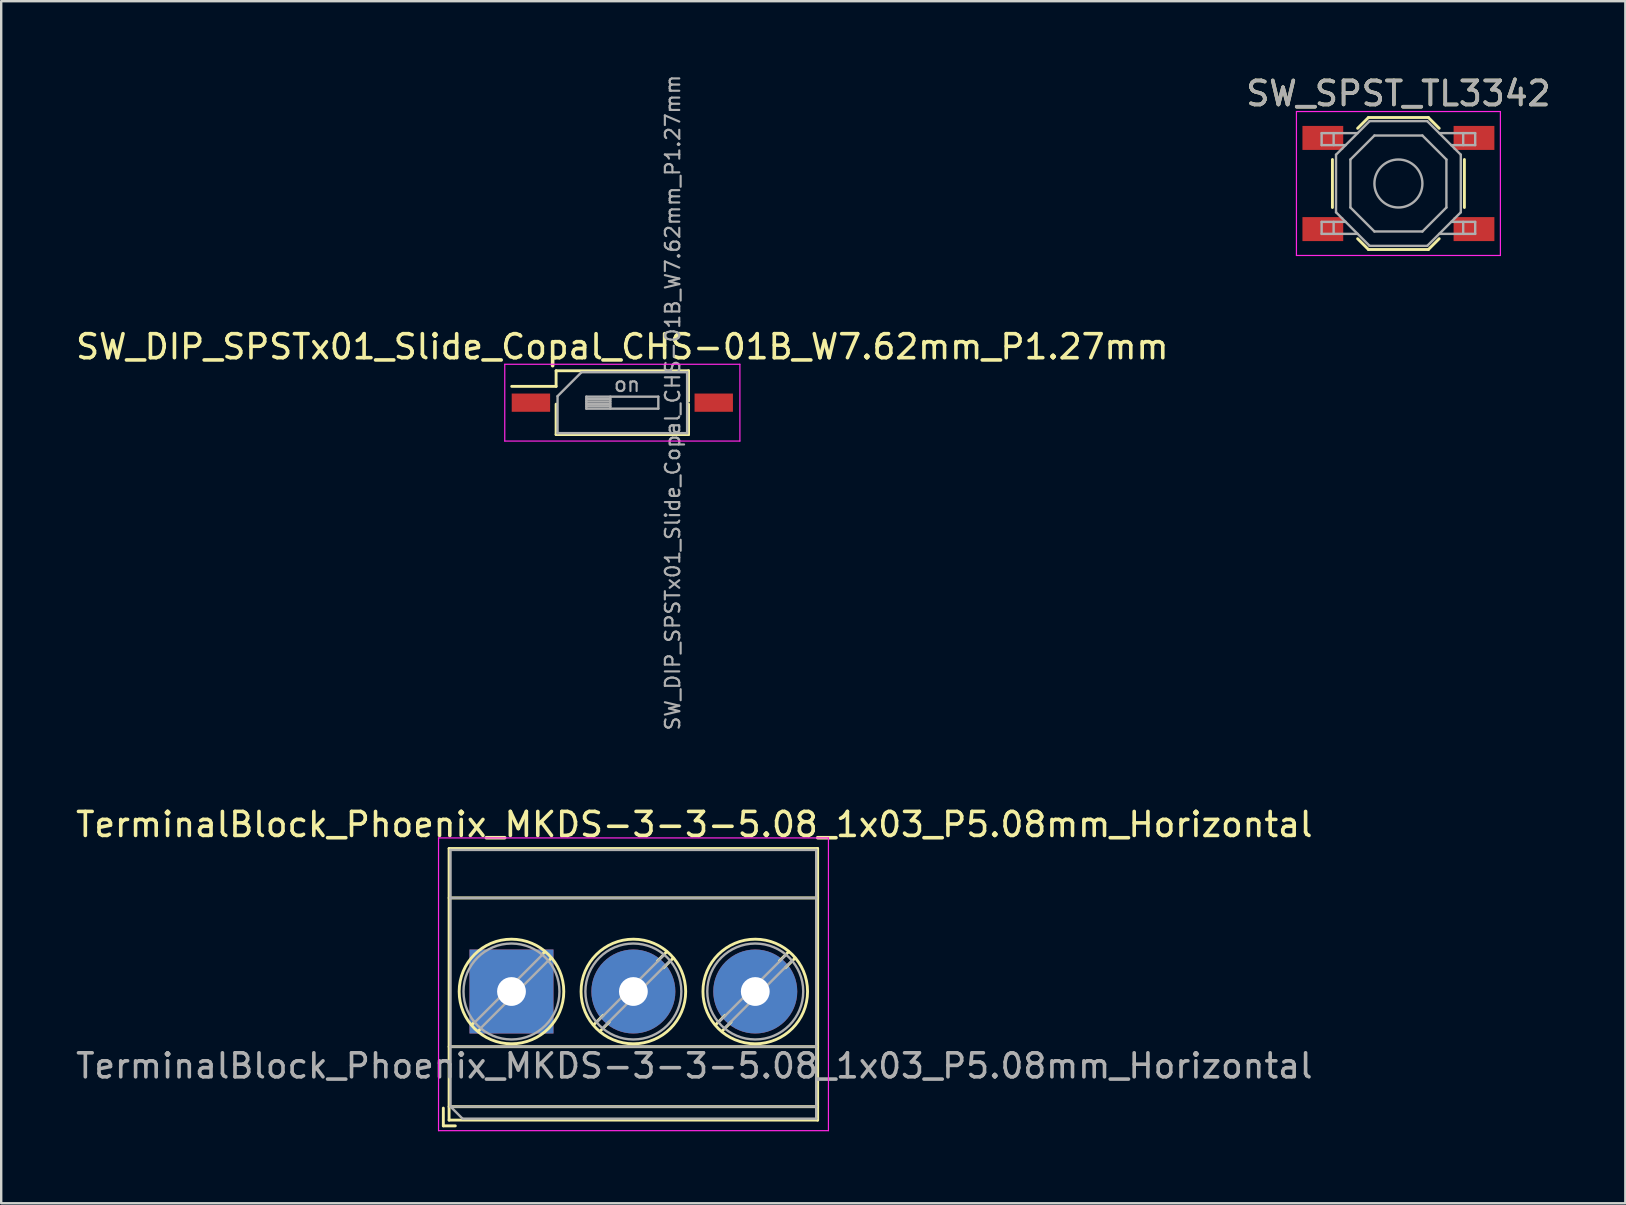
<source format=kicad_pcb>
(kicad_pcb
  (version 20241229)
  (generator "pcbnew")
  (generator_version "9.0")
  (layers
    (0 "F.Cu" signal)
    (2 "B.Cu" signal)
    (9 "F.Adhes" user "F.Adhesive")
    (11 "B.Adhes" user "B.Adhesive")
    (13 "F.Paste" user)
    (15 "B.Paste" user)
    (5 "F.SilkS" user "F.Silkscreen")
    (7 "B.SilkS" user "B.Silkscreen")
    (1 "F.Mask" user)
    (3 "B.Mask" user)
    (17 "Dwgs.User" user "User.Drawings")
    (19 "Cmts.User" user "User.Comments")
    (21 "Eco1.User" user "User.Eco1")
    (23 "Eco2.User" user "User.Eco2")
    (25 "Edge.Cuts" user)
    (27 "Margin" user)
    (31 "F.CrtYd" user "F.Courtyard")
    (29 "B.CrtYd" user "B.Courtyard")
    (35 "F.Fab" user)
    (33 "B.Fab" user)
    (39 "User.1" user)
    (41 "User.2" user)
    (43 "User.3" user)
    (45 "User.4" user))
  (footprint "SW_DIP_SPSTx01_Slide_Copal_CHS-01B_W7.62mm_P1.27mm"
    (layer "F.Cu")
    (at 22.887 13.732)
    (property "Reference" "SW_DIP_SPSTx01_Slide_Copal_CHS-01B_W7.62mm_P1.27mm" (at 0 -2.33 0) (layer "F.SilkS") (effects (font (size 1 1) (thickness 0.15))))
    (attr smd)
    (fp_line (start -4.61 -0.68) (end -2.76 -0.68) (stroke (width 0.12) (type solid)) (layer "F.SilkS"))
    (fp_line (start -2.76 -1.33) (end -2.76 -0.68) (stroke (width 0.12) (type solid)) (layer "F.SilkS"))
    (fp_line (start -2.76 -1.33) (end 2.76 -1.33) (stroke (width 0.12) (type solid)) (layer "F.SilkS"))
    (fp_line (start -2.76 0.061) (end -2.76 1.33) (stroke (width 0.12) (type solid)) (layer "F.SilkS"))
    (fp_line (start -2.76 1.33) (end 2.76 1.33) (stroke (width 0.12) (type solid)) (layer "F.SilkS"))
    (fp_line (start 2.76 -1.33) (end 2.76 -0.061) (stroke (width 0.12) (type solid)) (layer "F.SilkS"))
    (fp_line (start 2.76 0.061) (end 2.76 1.33) (stroke (width 0.12) (type solid)) (layer "F.SilkS"))
    (fp_line (start -4.9 -1.6) (end -4.9 1.6) (stroke (width 0.05) (type solid)) (layer "F.CrtYd"))
    (fp_line (start -4.9 1.6) (end 4.9 1.6) (stroke (width 0.05) (type solid)) (layer "F.CrtYd"))
    (fp_line (start 4.9 -1.6) (end -4.9 -1.6) (stroke (width 0.05) (type solid)) (layer "F.CrtYd"))
    (fp_line (start 4.9 1.6) (end 4.9 -1.6) (stroke (width 0.05) (type solid)) (layer "F.CrtYd"))
    (fp_line (start -2.7 -0.27) (end -1.7 -1.27) (stroke (width 0.1) (type solid)) (layer "F.Fab"))
    (fp_line (start -2.7 1.27) (end -2.7 -0.27) (stroke (width 0.1) (type solid)) (layer "F.Fab"))
    (fp_line (start -1.7 -1.27) (end 2.7 -1.27) (stroke (width 0.1) (type solid)) (layer "F.Fab"))
    (fp_line (start -1.5 -0.25) (end -1.5 0.25) (stroke (width 0.1) (type solid)) (layer "F.Fab"))
    (fp_line (start -1.5 -0.15) (end -0.5 -0.15) (stroke (width 0.1) (type solid)) (layer "F.Fab"))
    (fp_line (start -1.5 -0.05) (end -0.5 -0.05) (stroke (width 0.1) (type solid)) (layer "F.Fab"))
    (fp_line (start -1.5 0.05) (end -0.5 0.05) (stroke (width 0.1) (type solid)) (layer "F.Fab"))
    (fp_line (start -1.5 0.15) (end -0.5 0.15) (stroke (width 0.1) (type solid)) (layer "F.Fab"))
    (fp_line (start -1.5 0.25) (end 1.5 0.25) (stroke (width 0.1) (type solid)) (layer "F.Fab"))
    (fp_line (start -0.5 -0.25) (end -0.5 0.25) (stroke (width 0.1) (type solid)) (layer "F.Fab"))
    (fp_line (start 1.5 -0.25) (end -1.5 -0.25) (stroke (width 0.1) (type solid)) (layer "F.Fab"))
    (fp_line (start 1.5 0.25) (end 1.5 -0.25) (stroke (width 0.1) (type solid)) (layer "F.Fab"))
    (fp_line (start 2.7 -1.27) (end 2.7 1.27) (stroke (width 0.1) (type solid)) (layer "F.Fab"))
    (fp_line (start 2.7 1.27) (end -2.7 1.27) (stroke (width 0.1) (type solid)) (layer "F.Fab"))
    (fp_text user "${REFERENCE}" (at 2.1 0 90) (layer "F.Fab") (effects (font (size 0.6 0.6) (thickness 0.09))))
    (fp_text user "on" (at 0.195 -0.76 0) (layer "F.Fab") (effects (font (size 0.6 0.6) (thickness 0.09))))
    (pad "1" smd rect (at -3.81 0) (size 1.6 0.76) (layers "F.Cu" "F.Mask" "F.Paste"))
    (pad "2" smd rect (at 3.81 0) (size 1.6 0.76) (layers "F.Cu" "F.Mask" "F.Paste")))
  (footprint "TerminalBlock_Phoenix_MKDS-3-3-5.08_1x03_P5.08mm_Horizontal"
    (layer "F.Cu")
    (at 18.267 38.273)
    (property "Reference" "TerminalBlock_Phoenix_MKDS-3-3-5.08_1x03_P5.08mm_Horizontal" (at 7.62 -6.96 0) (layer "F.SilkS") (effects (font (size 1 1) (thickness 0.15))))
    (attr through_hole)
    (fp_line (start -2.84 4.86) (end -2.84 5.6) (stroke (width 0.12) (type solid)) (layer "F.SilkS"))
    (fp_line (start -2.84 5.6) (end -2.34 5.6) (stroke (width 0.12) (type solid)) (layer "F.SilkS"))
    (fp_line (start -2.6 -5.96) (end -2.6 5.36) (stroke (width 0.12) (type solid)) (layer "F.SilkS"))
    (fp_line (start -2.6 -5.96) (end 12.76 -5.96) (stroke (width 0.12) (type solid)) (layer "F.SilkS"))
    (fp_line (start -2.6 -3.9) (end 12.76 -3.9) (stroke (width 0.12) (type solid)) (layer "F.SilkS"))
    (fp_line (start -2.6 2.3) (end 12.76 2.3) (stroke (width 0.12) (type solid)) (layer "F.SilkS"))
    (fp_line (start -2.6 4.8) (end 12.76 4.8) (stroke (width 0.12) (type solid)) (layer "F.SilkS"))
    (fp_line (start -2.6 5.36) (end 12.76 5.36) (stroke (width 0.12) (type solid)) (layer "F.SilkS"))
    (fp_line (start -1.548 1.281) (end -1.654 1.388) (stroke (width 0.12) (type solid)) (layer "F.SilkS"))
    (fp_line (start -1.282 1.547) (end -1.388 1.654) (stroke (width 0.12) (type solid)) (layer "F.SilkS"))
    (fp_line (start 1.388 -1.654) (end 1.281 -1.547) (stroke (width 0.12) (type solid)) (layer "F.SilkS"))
    (fp_line (start 1.654 -1.388) (end 1.547 -1.281) (stroke (width 0.12) (type solid)) (layer "F.SilkS"))
    (fp_line (start 3.822 0.992) (end 3.427 1.388) (stroke (width 0.12) (type solid)) (layer "F.SilkS"))
    (fp_line (start 4.073 1.274) (end 3.693 1.654) (stroke (width 0.12) (type solid)) (layer "F.SilkS"))
    (fp_line (start 6.468 -1.654) (end 6.088 -1.274) (stroke (width 0.12) (type solid)) (layer "F.SilkS"))
    (fp_line (start 6.734 -1.388) (end 6.339 -0.992) (stroke (width 0.12) (type solid)) (layer "F.SilkS"))
    (fp_line (start 8.902 0.992) (end 8.507 1.388) (stroke (width 0.12) (type solid)) (layer "F.SilkS"))
    (fp_line (start 9.153 1.274) (end 8.773 1.654) (stroke (width 0.12) (type solid)) (layer "F.SilkS"))
    (fp_line (start 11.548 -1.654) (end 11.168 -1.274) (stroke (width 0.12) (type solid)) (layer "F.SilkS"))
    (fp_line (start 11.814 -1.388) (end 11.419 -0.992) (stroke (width 0.12) (type solid)) (layer "F.SilkS"))
    (fp_line (start 12.76 -5.96) (end 12.76 5.36) (stroke (width 0.12) (type solid)) (layer "F.SilkS"))
    (fp_circle (center 0 0) (end 2.18 0) (stroke (width 0.12) (type solid)) (fill no) (layer "F.SilkS"))
    (fp_circle (center 5.08 0) (end 7.26 0) (stroke (width 0.12) (type solid)) (fill no) (layer "F.SilkS"))
    (fp_circle (center 10.16 0) (end 12.34 0) (stroke (width 0.12) (type solid)) (fill no) (layer "F.SilkS"))
    (fp_line (start -3.04 -6.4) (end -3.04 5.8) (stroke (width 0.05) (type solid)) (layer "F.CrtYd"))
    (fp_line (start -3.04 5.8) (end 13.21 5.8) (stroke (width 0.05) (type solid)) (layer "F.CrtYd"))
    (fp_line (start 13.21 -6.4) (end -3.04 -6.4) (stroke (width 0.05) (type solid)) (layer "F.CrtYd"))
    (fp_line (start 13.21 5.8) (end 13.21 -6.4) (stroke (width 0.05) (type solid)) (layer "F.CrtYd"))
    (fp_line (start -2.54 -5.9) (end 12.7 -5.9) (stroke (width 0.1) (type solid)) (layer "F.Fab"))
    (fp_line (start -2.54 -3.9) (end 12.7 -3.9) (stroke (width 0.1) (type solid)) (layer "F.Fab"))
    (fp_line (start -2.54 2.3) (end 12.7 2.3) (stroke (width 0.1) (type solid)) (layer "F.Fab"))
    (fp_line (start -2.54 4.8) (end -2.54 -5.9) (stroke (width 0.1) (type solid)) (layer "F.Fab"))
    (fp_line (start -2.54 4.8) (end 12.7 4.8) (stroke (width 0.1) (type solid)) (layer "F.Fab"))
    (fp_line (start -2.04 5.3) (end -2.54 4.8) (stroke (width 0.1) (type solid)) (layer "F.Fab"))
    (fp_line (start 1.273 -1.517) (end -1.517 1.273) (stroke (width 0.1) (type solid)) (layer "F.Fab"))
    (fp_line (start 1.517 -1.273) (end -1.273 1.517) (stroke (width 0.1) (type solid)) (layer "F.Fab"))
    (fp_line (start 6.353 -1.517) (end 3.564 1.273) (stroke (width 0.1) (type solid)) (layer "F.Fab"))
    (fp_line (start 6.597 -1.273) (end 3.808 1.517) (stroke (width 0.1) (type solid)) (layer "F.Fab"))
    (fp_line (start 11.433 -1.517) (end 8.644 1.273) (stroke (width 0.1) (type solid)) (layer "F.Fab"))
    (fp_line (start 11.677 -1.273) (end 8.888 1.517) (stroke (width 0.1) (type solid)) (layer "F.Fab"))
    (fp_line (start 12.7 -5.9) (end 12.7 5.3) (stroke (width 0.1) (type solid)) (layer "F.Fab"))
    (fp_line (start 12.7 5.3) (end -2.04 5.3) (stroke (width 0.1) (type solid)) (layer "F.Fab"))
    (fp_circle (center 0 0) (end 2 0) (stroke (width 0.1) (type solid)) (fill no) (layer "F.Fab"))
    (fp_circle (center 5.08 0) (end 7.08 0) (stroke (width 0.1) (type solid)) (fill no) (layer "F.Fab"))
    (fp_circle (center 10.16 0) (end 12.16 0) (stroke (width 0.1) (type solid)) (fill no) (layer "F.Fab"))
    (fp_text user "${REFERENCE}" (at 7.62 3.1 0) (layer "F.Fab") (effects (font (size 1 1) (thickness 0.15))))
    (pad "1" thru_hole rect (at 0 0) (size 3.5 3.5) (drill 1.2) (layers "*.Cu" "*.Mask"))
    (pad "2" thru_hole circle (at 5.08 0) (size 3.5 3.5) (drill 1.2) (layers "*.Cu" "*.Mask"))
    (pad "3" thru_hole circle (at 10.16 0) (size 3.5 3.5) (drill 1.2) (layers "*.Cu" "*.Mask")))
  (footprint "SW_SPST_TL3342"
    (layer "F.Cu")
    (at 55.232 4.598)
    (property "Reference" "SW_SPST_TL3342" (at 0 -3.75 0) (layer "F.SilkS") (effects (font (size 1 1) (thickness 0.15))))
    (attr smd)
    (fp_line (start -2.75 -1) (end -2.75 1) (stroke (width 0.12) (type solid)) (layer "F.SilkS"))
    (fp_line (start -1.7 -2.3) (end -1.25 -2.75) (stroke (width 0.12) (type solid)) (layer "F.SilkS"))
    (fp_line (start -1.7 2.3) (end -1.25 2.75) (stroke (width 0.12) (type solid)) (layer "F.SilkS"))
    (fp_line (start -1.25 -2.75) (end 1.25 -2.75) (stroke (width 0.12) (type solid)) (layer "F.SilkS"))
    (fp_line (start -1.25 2.75) (end 1.25 2.75) (stroke (width 0.12) (type solid)) (layer "F.SilkS"))
    (fp_line (start 1.7 -2.3) (end 1.25 -2.75) (stroke (width 0.12) (type solid)) (layer "F.SilkS"))
    (fp_line (start 1.7 2.3) (end 1.25 2.75) (stroke (width 0.12) (type solid)) (layer "F.SilkS"))
    (fp_line (start 2.75 -1) (end 2.75 1) (stroke (width 0.12) (type solid)) (layer "F.SilkS"))
    (fp_line (start -4.25 -3) (end 4.25 -3) (stroke (width 0.05) (type solid)) (layer "F.CrtYd"))
    (fp_line (start -4.25 3) (end -4.25 -3) (stroke (width 0.05) (type solid)) (layer "F.CrtYd"))
    (fp_line (start 4.25 -3) (end 4.25 3) (stroke (width 0.05) (type solid)) (layer "F.CrtYd"))
    (fp_line (start 4.25 3) (end -4.25 3) (stroke (width 0.05) (type solid)) (layer "F.CrtYd"))
    (fp_line (start -3.2 -2.1) (end -3.2 -1.6) (stroke (width 0.1) (type solid)) (layer "F.Fab"))
    (fp_line (start -3.2 -1.6) (end -2.2 -1.6) (stroke (width 0.1) (type solid)) (layer "F.Fab"))
    (fp_line (start -3.2 1.6) (end -2.2 1.6) (stroke (width 0.1) (type solid)) (layer "F.Fab"))
    (fp_line (start -3.2 2.1) (end -3.2 1.6) (stroke (width 0.1) (type solid)) (layer "F.Fab"))
    (fp_line (start -2.7 -2.1) (end -2.7 -1.6) (stroke (width 0.1) (type solid)) (layer "F.Fab"))
    (fp_line (start -2.7 2.1) (end -2.7 1.6) (stroke (width 0.1) (type solid)) (layer "F.Fab"))
    (fp_line (start -2.6 -1.2) (end -2.6 1.2) (stroke (width 0.1) (type solid)) (layer "F.Fab"))
    (fp_line (start -2.6 1.2) (end -1.2 2.6) (stroke (width 0.1) (type solid)) (layer "F.Fab"))
    (fp_line (start -2 -1) (end -1 -2) (stroke (width 0.1) (type solid)) (layer "F.Fab"))
    (fp_line (start -2 1) (end -2 -1) (stroke (width 0.1) (type solid)) (layer "F.Fab"))
    (fp_line (start -1.7 -2.1) (end -3.2 -2.1) (stroke (width 0.1) (type solid)) (layer "F.Fab"))
    (fp_line (start -1.7 2.1) (end -3.2 2.1) (stroke (width 0.1) (type solid)) (layer "F.Fab"))
    (fp_line (start -1.2 -2.6) (end -2.6 -1.2) (stroke (width 0.1) (type solid)) (layer "F.Fab"))
    (fp_line (start -1.2 2.6) (end 1.2 2.6) (stroke (width 0.1) (type solid)) (layer "F.Fab"))
    (fp_line (start -1 -2) (end 1 -2) (stroke (width 0.1) (type solid)) (layer "F.Fab"))
    (fp_line (start -1 2) (end -2 1) (stroke (width 0.1) (type solid)) (layer "F.Fab"))
    (fp_line (start 1 -2) (end 2 -1) (stroke (width 0.1) (type solid)) (layer "F.Fab"))
    (fp_line (start 1 2) (end -1 2) (stroke (width 0.1) (type solid)) (layer "F.Fab"))
    (fp_line (start 1.2 -2.6) (end -1.2 -2.6) (stroke (width 0.1) (type solid)) (layer "F.Fab"))
    (fp_line (start 1.2 2.6) (end 2.6 1.2) (stroke (width 0.1) (type solid)) (layer "F.Fab"))
    (fp_line (start 1.7 -2.1) (end 3.2 -2.1) (stroke (width 0.1) (type solid)) (layer "F.Fab"))
    (fp_line (start 1.7 2.1) (end 3.2 2.1) (stroke (width 0.1) (type solid)) (layer "F.Fab"))
    (fp_line (start 2 -1) (end 2 1) (stroke (width 0.1) (type solid)) (layer "F.Fab"))
    (fp_line (start 2 1) (end 1 2) (stroke (width 0.1) (type solid)) (layer "F.Fab"))
    (fp_line (start 2.6 -1.2) (end 1.2 -2.6) (stroke (width 0.1) (type solid)) (layer "F.Fab"))
    (fp_line (start 2.6 1.2) (end 2.6 -1.2) (stroke (width 0.1) (type solid)) (layer "F.Fab"))
    (fp_line (start 2.7 -2.1) (end 2.7 -1.6) (stroke (width 0.1) (type solid)) (layer "F.Fab"))
    (fp_line (start 2.7 2.1) (end 2.7 1.6) (stroke (width 0.1) (type solid)) (layer "F.Fab"))
    (fp_line (start 3.2 -2.1) (end 3.2 -1.6) (stroke (width 0.1) (type solid)) (layer "F.Fab"))
    (fp_line (start 3.2 -1.6) (end 2.2 -1.6) (stroke (width 0.1) (type solid)) (layer "F.Fab"))
    (fp_line (start 3.2 1.6) (end 2.2 1.6) (stroke (width 0.1) (type solid)) (layer "F.Fab"))
    (fp_line (start 3.2 2.1) (end 3.2 1.6) (stroke (width 0.1) (type solid)) (layer "F.Fab"))
    (fp_circle (center 0 0) (end 1 0) (stroke (width 0.1) (type solid)) (fill no) (layer "F.Fab"))
    (fp_text user "${REFERENCE}" (at 0 -3.75 0) (layer "F.Fab") (effects (font (size 1 1) (thickness 0.15))))
    (pad "1" smd rect (at -3.15 -1.9) (size 1.7 1) (layers "F.Cu" "F.Mask" "F.Paste"))
    (pad "1" smd rect (at 3.15 -1.9) (size 1.7 1) (layers "F.Cu" "F.Mask" "F.Paste"))
    (pad "2" smd rect (at -3.15 1.9) (size 1.7 1) (layers "F.Cu" "F.Mask" "F.Paste"))
    (pad "2" smd rect (at 3.15 1.9) (size 1.7 1) (layers "F.Cu" "F.Mask" "F.Paste")))
  (gr_rect
    (start -3 -3)
    (end 64.69 47.098)
    (stroke (width 0.1) (type default))
    (fill no)
    (layer "Edge.Cuts")))
</source>
